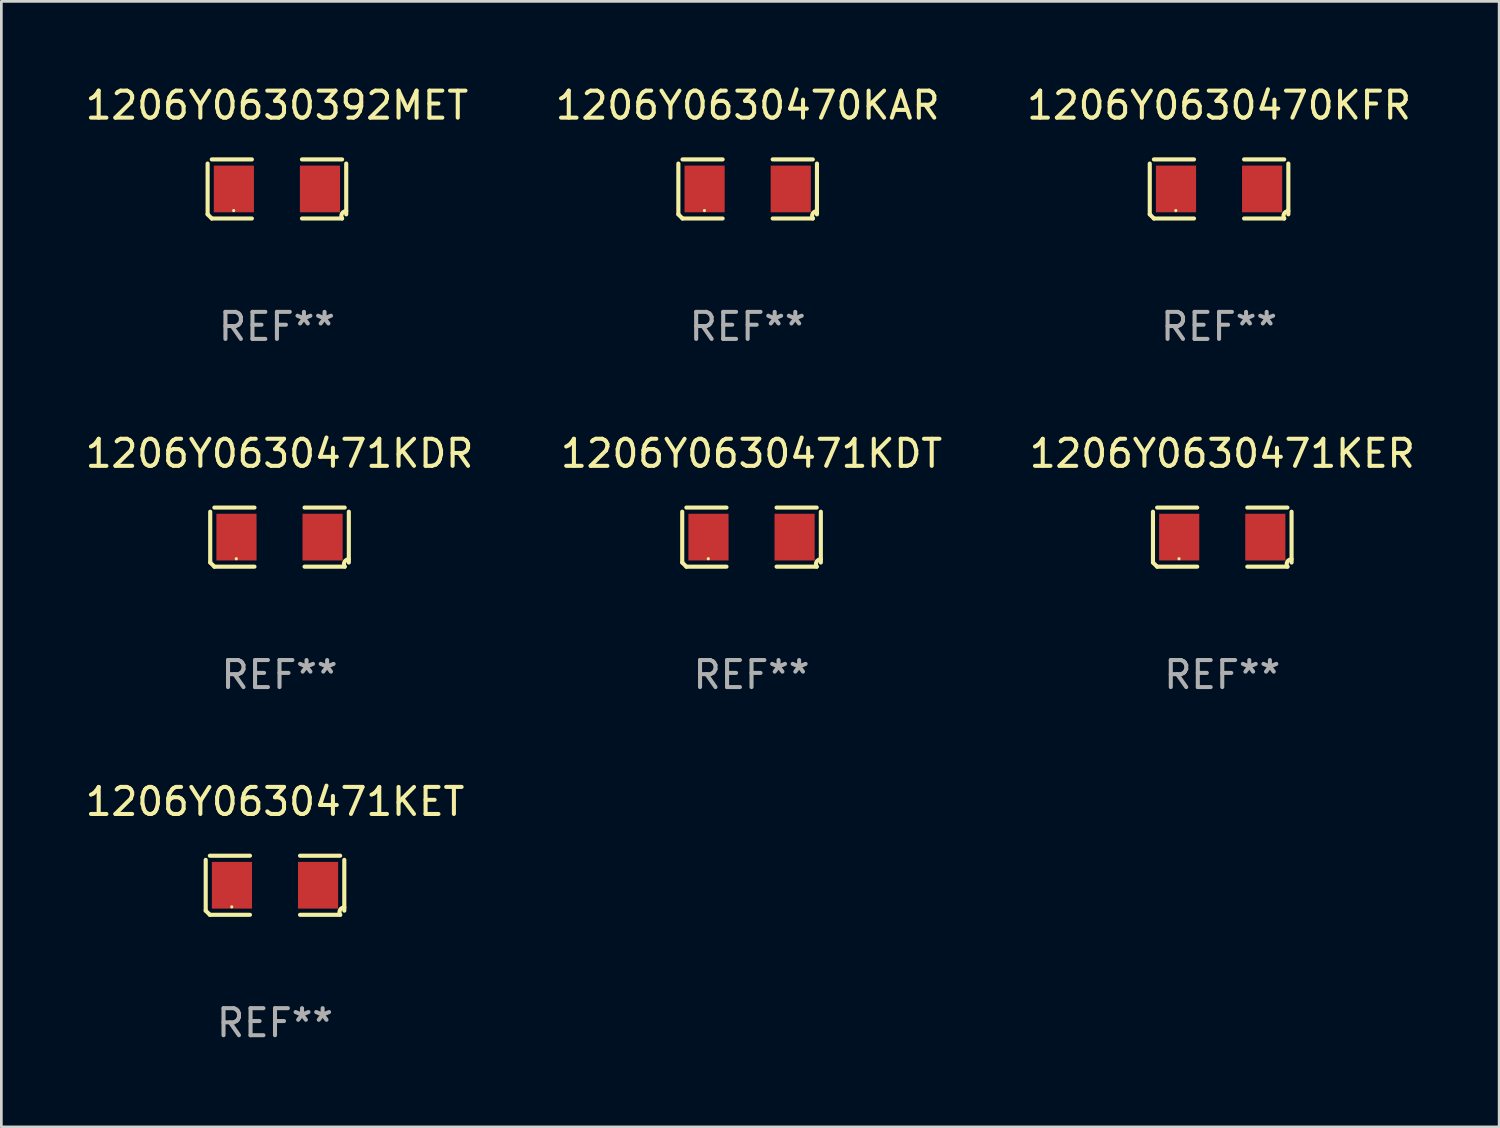
<source format=kicad_pcb>
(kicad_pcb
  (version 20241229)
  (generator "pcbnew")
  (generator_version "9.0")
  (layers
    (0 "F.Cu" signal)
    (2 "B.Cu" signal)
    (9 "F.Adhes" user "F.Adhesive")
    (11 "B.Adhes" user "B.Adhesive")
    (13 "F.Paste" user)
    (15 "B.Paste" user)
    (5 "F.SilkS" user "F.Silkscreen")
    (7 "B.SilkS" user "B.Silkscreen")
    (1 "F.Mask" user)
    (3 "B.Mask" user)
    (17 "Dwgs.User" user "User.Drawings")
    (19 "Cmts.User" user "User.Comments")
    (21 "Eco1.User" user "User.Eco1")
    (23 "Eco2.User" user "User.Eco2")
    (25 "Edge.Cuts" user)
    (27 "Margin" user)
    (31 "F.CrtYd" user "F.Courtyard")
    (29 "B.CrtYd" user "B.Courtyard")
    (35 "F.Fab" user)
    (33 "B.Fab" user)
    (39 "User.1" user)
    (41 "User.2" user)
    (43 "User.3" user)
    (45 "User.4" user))
  (footprint "1206Y0630471KET"
    (layer "F.Cu")
    (at 7.125 29.704)
    (property "Reference" "1206Y0630471KET" (at 0 -3.093 0) (layer "F.SilkS") (effects (font (size 1 1) (thickness 0.15))))
    (attr through_hole)
    (fp_line (start -2.564 0.94) (end -2.564 -0.94) (stroke (width 0.152) (type solid)) (layer "F.SilkS"))
    (fp_line (start -2.411 -1.093) (end -0.926 -1.093) (stroke (width 0.152) (type solid)) (layer "F.SilkS"))
    (fp_line (start -0.926 1.093) (end -2.411 1.093) (stroke (width 0.152) (type solid)) (layer "F.SilkS"))
    (fp_line (start 0.926 1.093) (end 2.411 1.093) (stroke (width 0.152) (type solid)) (layer "F.SilkS"))
    (fp_line (start 2.411 -1.093) (end 0.926 -1.093) (stroke (width 0.152) (type solid)) (layer "F.SilkS"))
    (fp_line (start 2.564 0.94) (end 2.564 -0.94) (stroke (width 0.152) (type solid)) (layer "F.SilkS"))
    (fp_arc (start -2.411201 1.092609) (mid -2.487413 1.01642) (end -2.563602 0.940208) (stroke (width 0.1524) (type solid)) (layer "F.SilkS"))
    (fp_arc (start 2.411201 1.092609) (mid 2.407159 0.911226) (end 2.563602 0.819347) (stroke (width 0.1524) (type solid)) (layer "F.SilkS"))
    (fp_circle (center -1.6 0.8) (end -1.57 0.8) (stroke (width 0.06) (type solid)) (fill no) (layer "F.SilkS"))
    (fp_text user "REF**" (at 0 5.093 0) (layer "F.Fab") (effects (font (size 1 1) (thickness 0.15))))
    (pad "1" smd rect (at -1.593 0) (size 1.485 1.728) (layers "F.Cu" "F.Mask" "F.Paste"))
    (pad "2" smd rect (at 1.593 0) (size 1.485 1.728) (layers "F.Cu" "F.Mask" "F.Paste")))
  (footprint "1206Y0630471KER"
    (layer "F.Cu")
    (at 42.173 16.823)
    (property "Reference" "1206Y0630471KER" (at 0 -3.093 0) (layer "F.SilkS") (effects (font (size 1 1) (thickness 0.15))))
    (attr through_hole)
    (fp_line (start -2.564 0.94) (end -2.564 -0.94) (stroke (width 0.152) (type solid)) (layer "F.SilkS"))
    (fp_line (start -2.411 -1.093) (end -0.926 -1.093) (stroke (width 0.152) (type solid)) (layer "F.SilkS"))
    (fp_line (start -0.926 1.093) (end -2.411 1.093) (stroke (width 0.152) (type solid)) (layer "F.SilkS"))
    (fp_line (start 0.926 1.093) (end 2.411 1.093) (stroke (width 0.152) (type solid)) (layer "F.SilkS"))
    (fp_line (start 2.411 -1.093) (end 0.926 -1.093) (stroke (width 0.152) (type solid)) (layer "F.SilkS"))
    (fp_line (start 2.564 0.94) (end 2.564 -0.94) (stroke (width 0.152) (type solid)) (layer "F.SilkS"))
    (fp_arc (start -2.411201 1.092609) (mid -2.487413 1.01642) (end -2.563602 0.940208) (stroke (width 0.1524) (type solid)) (layer "F.SilkS"))
    (fp_arc (start 2.411201 1.092609) (mid 2.407159 0.911226) (end 2.563602 0.819347) (stroke (width 0.1524) (type solid)) (layer "F.SilkS"))
    (fp_circle (center -1.6 0.8) (end -1.57 0.8) (stroke (width 0.06) (type solid)) (fill no) (layer "F.SilkS"))
    (fp_text user "REF**" (at 0 5.093 0) (layer "F.Fab") (effects (font (size 1 1) (thickness 0.15))))
    (pad "1" smd rect (at -1.593 0) (size 1.485 1.728) (layers "F.Cu" "F.Mask" "F.Paste"))
    (pad "2" smd rect (at 1.593 0) (size 1.485 1.728) (layers "F.Cu" "F.Mask" "F.Paste")))
  (footprint "1206Y0630392MET"
    (layer "F.Cu")
    (at 7.196 3.941)
    (property "Reference" "1206Y0630392MET" (at 0 -3.093 0) (layer "F.SilkS") (effects (font (size 1 1) (thickness 0.15))))
    (attr through_hole)
    (fp_line (start -2.564 0.94) (end -2.564 -0.94) (stroke (width 0.152) (type solid)) (layer "F.SilkS"))
    (fp_line (start -2.411 -1.093) (end -0.926 -1.093) (stroke (width 0.152) (type solid)) (layer "F.SilkS"))
    (fp_line (start -0.926 1.093) (end -2.411 1.093) (stroke (width 0.152) (type solid)) (layer "F.SilkS"))
    (fp_line (start 0.926 1.093) (end 2.411 1.093) (stroke (width 0.152) (type solid)) (layer "F.SilkS"))
    (fp_line (start 2.411 -1.093) (end 0.926 -1.093) (stroke (width 0.152) (type solid)) (layer "F.SilkS"))
    (fp_line (start 2.564 0.94) (end 2.564 -0.94) (stroke (width 0.152) (type solid)) (layer "F.SilkS"))
    (fp_arc (start -2.411201 1.092609) (mid -2.487413 1.01642) (end -2.563602 0.940208) (stroke (width 0.1524) (type solid)) (layer "F.SilkS"))
    (fp_arc (start 2.411201 1.092609) (mid 2.407159 0.911226) (end 2.563602 0.819347) (stroke (width 0.1524) (type solid)) (layer "F.SilkS"))
    (fp_circle (center -1.6 0.8) (end -1.57 0.8) (stroke (width 0.06) (type solid)) (fill no) (layer "F.SilkS"))
    (fp_text user "REF**" (at 0 5.093 0) (layer "F.Fab") (effects (font (size 1 1) (thickness 0.15))))
    (pad "1" smd rect (at -1.593 0) (size 1.485 1.728) (layers "F.Cu" "F.Mask" "F.Paste"))
    (pad "2" smd rect (at 1.593 0) (size 1.485 1.728) (layers "F.Cu" "F.Mask" "F.Paste")))
  (footprint "1206Y0630471KDT"
    (layer "F.Cu")
    (at 24.756 16.823)
    (property "Reference" "1206Y0630471KDT" (at 0 -3.093 0) (layer "F.SilkS") (effects (font (size 1 1) (thickness 0.15))))
    (attr through_hole)
    (fp_line (start -2.564 0.94) (end -2.564 -0.94) (stroke (width 0.152) (type solid)) (layer "F.SilkS"))
    (fp_line (start -2.411 -1.093) (end -0.926 -1.093) (stroke (width 0.152) (type solid)) (layer "F.SilkS"))
    (fp_line (start -0.926 1.093) (end -2.411 1.093) (stroke (width 0.152) (type solid)) (layer "F.SilkS"))
    (fp_line (start 0.926 1.093) (end 2.411 1.093) (stroke (width 0.152) (type solid)) (layer "F.SilkS"))
    (fp_line (start 2.411 -1.093) (end 0.926 -1.093) (stroke (width 0.152) (type solid)) (layer "F.SilkS"))
    (fp_line (start 2.564 0.94) (end 2.564 -0.94) (stroke (width 0.152) (type solid)) (layer "F.SilkS"))
    (fp_arc (start -2.411201 1.092609) (mid -2.487413 1.01642) (end -2.563602 0.940208) (stroke (width 0.1524) (type solid)) (layer "F.SilkS"))
    (fp_arc (start 2.411201 1.092609) (mid 2.407159 0.911226) (end 2.563602 0.819347) (stroke (width 0.1524) (type solid)) (layer "F.SilkS"))
    (fp_circle (center -1.6 0.8) (end -1.57 0.8) (stroke (width 0.06) (type solid)) (fill no) (layer "F.SilkS"))
    (fp_text user "REF**" (at 0 5.093 0) (layer "F.Fab") (effects (font (size 1 1) (thickness 0.15))))
    (pad "1" smd rect (at -1.593 0) (size 1.485 1.728) (layers "F.Cu" "F.Mask" "F.Paste"))
    (pad "2" smd rect (at 1.593 0) (size 1.485 1.728) (layers "F.Cu" "F.Mask" "F.Paste")))
  (footprint "1206Y0630470KFR"
    (layer "F.Cu")
    (at 42.054 3.941)
    (property "Reference" "1206Y0630470KFR" (at 0 -3.093 0) (layer "F.SilkS") (effects (font (size 1 1) (thickness 0.15))))
    (attr through_hole)
    (fp_line (start -2.564 0.94) (end -2.564 -0.94) (stroke (width 0.152) (type solid)) (layer "F.SilkS"))
    (fp_line (start -2.411 -1.093) (end -0.926 -1.093) (stroke (width 0.152) (type solid)) (layer "F.SilkS"))
    (fp_line (start -0.926 1.093) (end -2.411 1.093) (stroke (width 0.152) (type solid)) (layer "F.SilkS"))
    (fp_line (start 0.926 1.093) (end 2.411 1.093) (stroke (width 0.152) (type solid)) (layer "F.SilkS"))
    (fp_line (start 2.411 -1.093) (end 0.926 -1.093) (stroke (width 0.152) (type solid)) (layer "F.SilkS"))
    (fp_line (start 2.564 0.94) (end 2.564 -0.94) (stroke (width 0.152) (type solid)) (layer "F.SilkS"))
    (fp_arc (start -2.411201 1.092609) (mid -2.487413 1.01642) (end -2.563602 0.940208) (stroke (width 0.1524) (type solid)) (layer "F.SilkS"))
    (fp_arc (start 2.411201 1.092609) (mid 2.407159 0.911226) (end 2.563602 0.819347) (stroke (width 0.1524) (type solid)) (layer "F.SilkS"))
    (fp_circle (center -1.6 0.8) (end -1.57 0.8) (stroke (width 0.06) (type solid)) (fill no) (layer "F.SilkS"))
    (fp_text user "REF**" (at 0 5.093 0) (layer "F.Fab") (effects (font (size 1 1) (thickness 0.15))))
    (pad "1" smd rect (at -1.593 0) (size 1.485 1.728) (layers "F.Cu" "F.Mask" "F.Paste"))
    (pad "2" smd rect (at 1.593 0) (size 1.485 1.728) (layers "F.Cu" "F.Mask" "F.Paste")))
  (footprint "1206Y0630470KAR"
    (layer "F.Cu")
    (at 24.613 3.941)
    (property "Reference" "1206Y0630470KAR" (at 0 -3.093 0) (layer "F.SilkS") (effects (font (size 1 1) (thickness 0.15))))
    (attr through_hole)
    (fp_line (start -2.564 0.94) (end -2.564 -0.94) (stroke (width 0.152) (type solid)) (layer "F.SilkS"))
    (fp_line (start -2.411 -1.093) (end -0.926 -1.093) (stroke (width 0.152) (type solid)) (layer "F.SilkS"))
    (fp_line (start -0.926 1.093) (end -2.411 1.093) (stroke (width 0.152) (type solid)) (layer "F.SilkS"))
    (fp_line (start 0.926 1.093) (end 2.411 1.093) (stroke (width 0.152) (type solid)) (layer "F.SilkS"))
    (fp_line (start 2.411 -1.093) (end 0.926 -1.093) (stroke (width 0.152) (type solid)) (layer "F.SilkS"))
    (fp_line (start 2.564 0.94) (end 2.564 -0.94) (stroke (width 0.152) (type solid)) (layer "F.SilkS"))
    (fp_arc (start -2.411201 1.092609) (mid -2.487413 1.01642) (end -2.563602 0.940208) (stroke (width 0.1524) (type solid)) (layer "F.SilkS"))
    (fp_arc (start 2.411201 1.092609) (mid 2.407159 0.911226) (end 2.563602 0.819347) (stroke (width 0.1524) (type solid)) (layer "F.SilkS"))
    (fp_circle (center -1.6 0.8) (end -1.57 0.8) (stroke (width 0.06) (type solid)) (fill no) (layer "F.SilkS"))
    (fp_text user "REF**" (at 0 5.093 0) (layer "F.Fab") (effects (font (size 1 1) (thickness 0.15))))
    (pad "1" smd rect (at -1.593 0) (size 1.485 1.728) (layers "F.Cu" "F.Mask" "F.Paste"))
    (pad "2" smd rect (at 1.593 0) (size 1.485 1.728) (layers "F.Cu" "F.Mask" "F.Paste")))
  (footprint "1206Y0630471KDR"
    (layer "F.Cu")
    (at 7.292 16.823)
    (property "Reference" "1206Y0630471KDR" (at 0 -3.093 0) (layer "F.SilkS") (effects (font (size 1 1) (thickness 0.15))))
    (attr through_hole)
    (fp_line (start -2.564 0.94) (end -2.564 -0.94) (stroke (width 0.152) (type solid)) (layer "F.SilkS"))
    (fp_line (start -2.411 -1.093) (end -0.926 -1.093) (stroke (width 0.152) (type solid)) (layer "F.SilkS"))
    (fp_line (start -0.926 1.093) (end -2.411 1.093) (stroke (width 0.152) (type solid)) (layer "F.SilkS"))
    (fp_line (start 0.926 1.093) (end 2.411 1.093) (stroke (width 0.152) (type solid)) (layer "F.SilkS"))
    (fp_line (start 2.411 -1.093) (end 0.926 -1.093) (stroke (width 0.152) (type solid)) (layer "F.SilkS"))
    (fp_line (start 2.564 0.94) (end 2.564 -0.94) (stroke (width 0.152) (type solid)) (layer "F.SilkS"))
    (fp_arc (start -2.411201 1.092609) (mid -2.487413 1.01642) (end -2.563602 0.940208) (stroke (width 0.1524) (type solid)) (layer "F.SilkS"))
    (fp_arc (start 2.411201 1.092609) (mid 2.407159 0.911226) (end 2.563602 0.819347) (stroke (width 0.1524) (type solid)) (layer "F.SilkS"))
    (fp_circle (center -1.6 0.8) (end -1.57 0.8) (stroke (width 0.06) (type solid)) (fill no) (layer "F.SilkS"))
    (fp_text user "REF**" (at 0 5.093 0) (layer "F.Fab") (effects (font (size 1 1) (thickness 0.15))))
    (pad "1" smd rect (at -1.593 0) (size 1.485 1.728) (layers "F.Cu" "F.Mask" "F.Paste"))
    (pad "2" smd rect (at 1.593 0) (size 1.485 1.728) (layers "F.Cu" "F.Mask" "F.Paste")))
  (gr_rect
    (start -3 -3)
    (end 52.417 38.645)
    (stroke (width 0.1) (type default))
    (fill no)
    (layer "Edge.Cuts")))
</source>
